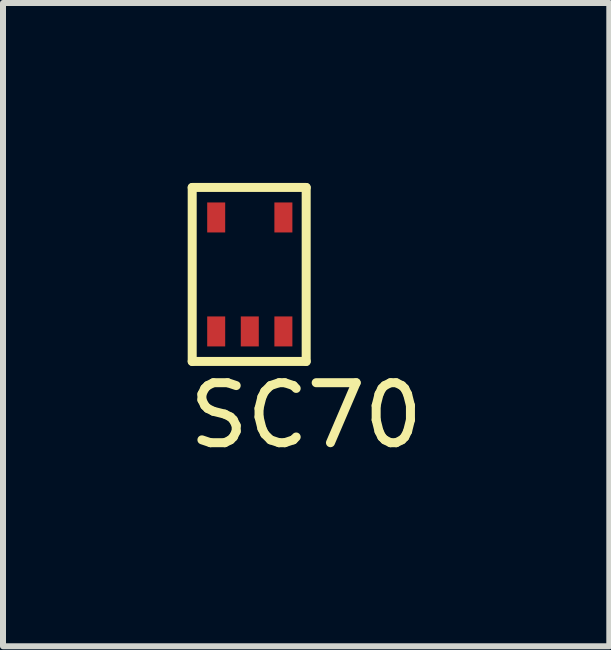
<source format=kicad_pcb>
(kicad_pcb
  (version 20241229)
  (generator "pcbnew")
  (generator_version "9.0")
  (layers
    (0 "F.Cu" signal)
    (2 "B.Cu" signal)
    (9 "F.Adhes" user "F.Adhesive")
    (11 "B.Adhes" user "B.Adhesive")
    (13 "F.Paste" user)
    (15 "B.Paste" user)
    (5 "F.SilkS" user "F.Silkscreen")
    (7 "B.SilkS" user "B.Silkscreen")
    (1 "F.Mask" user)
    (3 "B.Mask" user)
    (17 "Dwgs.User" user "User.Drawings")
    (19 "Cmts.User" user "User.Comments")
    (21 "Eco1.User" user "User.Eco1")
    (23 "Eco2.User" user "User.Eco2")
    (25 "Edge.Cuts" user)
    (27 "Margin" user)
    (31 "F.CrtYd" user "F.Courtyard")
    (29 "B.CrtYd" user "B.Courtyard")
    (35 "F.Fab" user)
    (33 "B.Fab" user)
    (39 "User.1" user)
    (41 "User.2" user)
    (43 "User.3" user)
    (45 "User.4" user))
  (footprint "SC70"
    (layer "F.Cu")
    (at 1.154 1.475)
    (property "Reference" "SC70" (at 0.9 2.4 0) (layer "F.SilkS") (effects (font (size 1 1) (thickness 0.15))))
    (attr through_hole)
    (fp_line (start -1 -1.4) (end 0.9 -1.4) (stroke (width 0.15) (type solid)) (layer "F.SilkS"))
    (fp_line (start -1 1.5) (end -1 -1.4) (stroke (width 0.15) (type solid)) (layer "F.SilkS"))
    (fp_line (start 0.9 -1.4) (end 0.9 1.5) (stroke (width 0.15) (type solid)) (layer "F.SilkS"))
    (fp_line (start 0.9 1.5) (end -1 1.5) (stroke (width 0.15) (type solid)) (layer "F.SilkS"))
    (pad "1" smd rect (at -0.6 1) (size 0.3 0.5) (layers "F.Cu" "F.Mask" "F.Paste"))
    (pad "2" smd rect (at -0.04 1) (size 0.3 0.5) (layers "F.Cu" "F.Mask" "F.Paste"))
    (pad "3" smd rect (at 0.52 1) (size 0.3 0.5) (layers "F.Cu" "F.Mask" "F.Paste"))
    (pad "4" smd rect (at -0.6 -0.9) (size 0.3 0.5) (layers "F.Cu" "F.Mask" "F.Paste"))
    (pad "5" smd rect (at 0.52 -0.9) (size 0.3 0.5) (layers "F.Cu" "F.Mask" "F.Paste")))
  (gr_rect
    (start -3 -3)
    (end 7.107 7.723)
    (stroke (width 0.1) (type default))
    (fill no)
    (layer "Edge.Cuts")))
</source>
